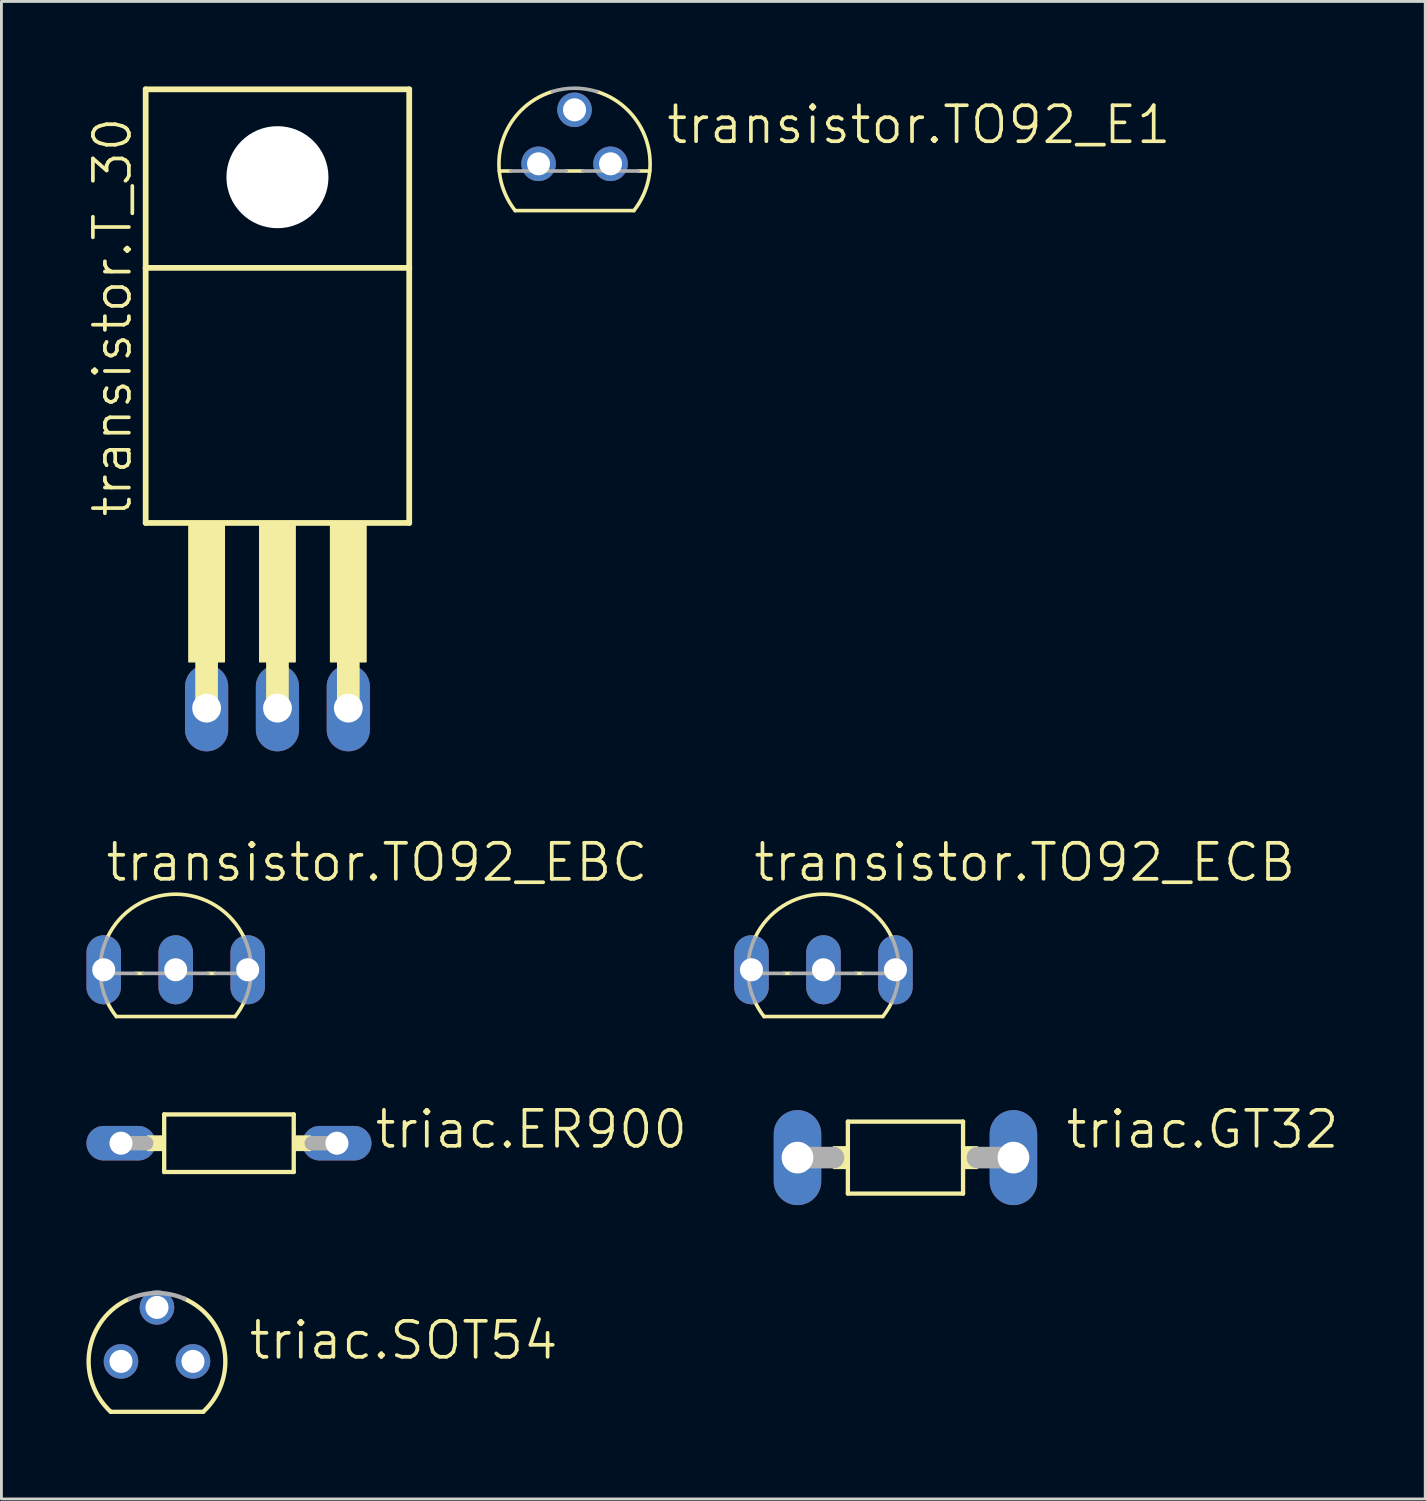
<source format=kicad_pcb>
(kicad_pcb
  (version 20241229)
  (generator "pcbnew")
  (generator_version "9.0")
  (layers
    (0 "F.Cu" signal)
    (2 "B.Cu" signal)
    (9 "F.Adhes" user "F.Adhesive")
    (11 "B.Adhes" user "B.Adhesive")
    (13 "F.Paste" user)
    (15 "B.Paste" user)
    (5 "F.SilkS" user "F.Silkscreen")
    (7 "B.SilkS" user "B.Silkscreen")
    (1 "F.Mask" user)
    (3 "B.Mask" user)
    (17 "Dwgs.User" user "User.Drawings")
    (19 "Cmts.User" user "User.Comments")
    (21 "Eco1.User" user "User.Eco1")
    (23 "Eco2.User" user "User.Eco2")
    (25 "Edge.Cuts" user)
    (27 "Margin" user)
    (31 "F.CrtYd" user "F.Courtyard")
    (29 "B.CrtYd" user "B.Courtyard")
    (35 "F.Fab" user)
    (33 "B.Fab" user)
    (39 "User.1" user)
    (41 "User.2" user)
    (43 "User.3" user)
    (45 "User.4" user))
  (footprint "triac.GT32"
    (layer "F.Cu")
    (at 28.9 37.797)
    (property "Reference" "triac.GT32" (at 5.588 -0.254 0) (layer "F.SilkS") (effects (font (size 1.27 1.27) (thickness 0.13)) (justify left bottom)))
    (attr through_hole)
    (fp_line (start -2.032 -1.27) (end -2.032 1.27) (stroke (width 0.152) (type default)) (layer "F.SilkS"))
    (fp_line (start -2.032 -1.27) (end 2.032 -1.27) (stroke (width 0.152) (type default)) (layer "F.SilkS"))
    (fp_line (start 2.032 1.27) (end -2.032 1.27) (stroke (width 0.152) (type default)) (layer "F.SilkS"))
    (fp_line (start 2.032 1.27) (end 2.032 -1.27) (stroke (width 0.152) (type default)) (layer "F.SilkS"))
    (fp_rect (start -2.54 0.381) (end -2.032 -0.381) (stroke (width 0.05) (type default)) (fill yes) (layer "F.SilkS"))
    (fp_rect (start 2.032 0.381) (end 2.54 -0.381) (stroke (width 0.05) (type default)) (fill yes) (layer "F.SilkS"))
    (fp_line (start -3.81 0) (end -2.54 0) (stroke (width 0.762) (type default)) (layer "F.Fab"))
    (fp_line (start 3.81 0) (end 2.54 0) (stroke (width 0.762) (type default)) (layer "F.Fab"))
    (pad "1" thru_hole oval (at -3.81 0 90) (size 3.353 1.676) (drill 1.118) (layers "*.Cu" "*.Mask"))
    (pad "2" thru_hole oval (at 3.81 0 90) (size 3.353 1.676) (drill 1.118) (layers "*.Cu" "*.Mask")))
  (footprint "triac.SOT54"
    (layer "F.Cu")
    (at 2.489 44.988)
    (property "Reference" "triac.SOT54" (at 3.175 0 0) (layer "F.SilkS") (effects (font (size 1.27 1.27) (thickness 0.13)) (justify left bottom)))
    (attr through_hole)
    (fp_line (start -1.631 1.778) (end 1.631 1.778) (stroke (width 0.152) (type default)) (layer "F.SilkS"))
    (fp_arc (start -1.631 1.778) (mid -2.380096 -0.395238) (end -0.9689 -2.2098) (stroke (width 0.1524) (type default)) (layer "F.SilkS"))
    (fp_arc (start 0.9689 -2.2098) (mid 2.380096 -0.395238) (end 1.631 1.778) (stroke (width 0.1524) (type default)) (layer "F.SilkS"))
    (fp_arc (start -0.9692 -2.2098) (mid 0 -2.412999) (end 0.9692 -2.2098) (stroke (width 0.1524) (type default)) (layer "F.Fab"))
    (pad "A" thru_hole circle (at -1.27 0) (size 1.219 1.219) (drill 0.813) (layers "*.Cu" "*.Mask"))
    (pad "C" thru_hole circle (at 1.27 0) (size 1.219 1.219) (drill 0.813) (layers "*.Cu" "*.Mask"))
    (pad "G" thru_hole circle (at 0 -1.905) (size 1.219 1.219) (drill 0.813) (layers "*.Cu" "*.Mask")))
  (footprint "triac.ER900"
    (layer "F.Cu")
    (at 5.029 37.289)
    (property "Reference" "triac.ER900" (at 5.08 0.254 0) (layer "F.SilkS") (effects (font (size 1.27 1.27) (thickness 0.13)) (justify left bottom)))
    (attr through_hole)
    (fp_line (start -2.286 -1.016) (end -2.286 1.016) (stroke (width 0.152) (type default)) (layer "F.SilkS"))
    (fp_line (start -2.286 1.016) (end 2.286 1.016) (stroke (width 0.152) (type default)) (layer "F.SilkS"))
    (fp_line (start 2.286 -1.016) (end -2.286 -1.016) (stroke (width 0.152) (type default)) (layer "F.SilkS"))
    (fp_line (start 2.286 1.016) (end 2.286 -1.016) (stroke (width 0.152) (type default)) (layer "F.SilkS"))
    (fp_rect (start -2.87 0.254) (end -2.286 -0.254) (stroke (width 0.05) (type default)) (fill yes) (layer "F.SilkS"))
    (fp_rect (start 2.286 0.254) (end 2.87 -0.254) (stroke (width 0.05) (type default)) (fill yes) (layer "F.SilkS"))
    (fp_line (start -3.81 0) (end -2.921 0) (stroke (width 0.508) (type default)) (layer "F.Fab"))
    (fp_line (start 3.81 0) (end 2.921 0) (stroke (width 0.508) (type default)) (layer "F.Fab"))
    (pad "1" thru_hole oval (at -3.81 0) (size 2.438 1.219) (drill 0.813) (layers "*.Cu" "*.Mask"))
    (pad "2" thru_hole oval (at 3.81 0) (size 2.438 1.219) (drill 0.813) (layers "*.Cu" "*.Mask")))
  (footprint "transistor.TO92_E1"
    (layer "F.Cu")
    (at 17.223 2.73)
    (property "Reference" "transistor.TO92_E1" (at 3.175 -0.635 0) (layer "F.SilkS") (effects (font (size 1.27 1.27) (thickness 0.13)) (justify left bottom)))
    (attr through_hole)
    (fp_line (start -2.655 0.254) (end -2.254 0.254) (stroke (width 0.127) (type default)) (layer "F.SilkS"))
    (fp_line (start -2.095 1.651) (end 2.095 1.651) (stroke (width 0.127) (type default)) (layer "F.SilkS"))
    (fp_line (start -0.286 0.254) (end 0.286 0.254) (stroke (width 0.127) (type default)) (layer "F.SilkS"))
    (fp_line (start 2.254 0.254) (end 2.655 0.254) (stroke (width 0.127) (type default)) (layer "F.SilkS"))
    (fp_arc (start -2.095 1.651) (mid -2.546802 -0.79317) (end -0.7869 -2.5484) (stroke (width 0.127) (type default)) (layer "F.SilkS"))
    (fp_arc (start 0.7869 -2.5484) (mid 2.546802 -0.79317) (end 2.095 1.651) (stroke (width 0.127) (type default)) (layer "F.SilkS"))
    (fp_line (start -2.254 0.254) (end -0.286 0.254) (stroke (width 0.127) (type default)) (layer "F.Fab"))
    (fp_line (start 0.286 0.254) (end 2.254 0.254) (stroke (width 0.127) (type default)) (layer "F.Fab"))
    (fp_arc (start -0.7864 -2.5484) (mid 0 -2.666977) (end 0.7864 -2.5484) (stroke (width 0.127) (type default)) (layer "F.Fab"))
    (pad "1" thru_hole circle (at -1.27 0) (size 1.219 1.219) (drill 0.813) (layers "*.Cu" "*.Mask"))
    (pad "2" thru_hole circle (at 0 -1.905) (size 1.219 1.219) (drill 0.813) (layers "*.Cu" "*.Mask"))
    (pad "3" thru_hole circle (at 1.27 0) (size 1.219 1.219) (drill 0.813) (layers "*.Cu" "*.Mask")))
  (footprint "transistor.TO92_EBC"
    (layer "F.Cu")
    (at 3.15 29.899)
    (property "Reference" "transistor.TO92_EBC" (at -2.54 -1.778 0) (layer "F.SilkS") (effects (font (size 1.27 1.27) (thickness 0.13)) (justify left bottom)))
    (attr through_hole)
    (fp_line (start -2.095 2.921) (end 2.095 2.921) (stroke (width 0.127) (type default)) (layer "F.SilkS"))
    (fp_line (start -1.136 1.397) (end -1.404 1.397) (stroke (width 0.127) (type default)) (layer "F.SilkS"))
    (fp_line (start 1.404 1.397) (end 1.136 1.397) (stroke (width 0.127) (type default)) (layer "F.SilkS"))
    (fp_arc (start -2.413 0.1341) (mid 0 -1.396985) (end 2.413 0.1341) (stroke (width 0.127) (type default)) (layer "F.SilkS"))
    (fp_arc (start -2.095 2.921) (mid -2.268918 2.67252) (end -2.4135 2.4059) (stroke (width 0.127) (type default)) (layer "F.SilkS"))
    (fp_arc (start 2.4247 2.3818) (mid 2.275878 2.661201) (end 2.095 2.921) (stroke (width 0.127) (type default)) (layer "F.SilkS"))
    (fp_line (start -1.404 1.397) (end -2.664 1.397) (stroke (width 0.127) (type default)) (layer "F.Fab"))
    (fp_line (start 1.136 1.397) (end -1.136 1.397) (stroke (width 0.127) (type default)) (layer "F.Fab"))
    (fp_line (start 2.664 1.397) (end 1.404 1.397) (stroke (width 0.127) (type default)) (layer "F.Fab"))
    (fp_arc (start -2.664 1.397) (mid -2.615858 0.750175) (end -2.413 0.1341) (stroke (width 0.127) (type default)) (layer "F.Fab"))
    (fp_arc (start -2.413 2.4059) (mid -2.588137 1.913799) (end -2.664 1.397) (stroke (width 0.127) (type default)) (layer "F.Fab"))
    (fp_arc (start 2.413 0.1341) (mid 2.615858 0.750175) (end 2.664 1.397) (stroke (width 0.127) (type default)) (layer "F.Fab"))
    (fp_arc (start 2.664 1.397) (mid 2.588137 1.913799) (end 2.413 2.4059) (stroke (width 0.127) (type default)) (layer "F.Fab"))
    (pad "B" thru_hole oval (at 0 1.27 90) (size 2.438 1.219) (drill 0.813) (layers "*.Cu" "*.Mask"))
    (pad "C" thru_hole oval (at 2.54 1.27 90) (size 2.438 1.219) (drill 0.813) (layers "*.Cu" "*.Mask"))
    (pad "E" thru_hole oval (at -2.54 1.27 90) (size 2.438 1.219) (drill 0.813) (layers "*.Cu" "*.Mask")))
  (footprint "transistor.TO92_ECB"
    (layer "F.Cu")
    (at 26.006 31.169)
    (property "Reference" "transistor.TO92_ECB" (at -2.54 -3.048 0) (layer "F.SilkS") (effects (font (size 1.27 1.27) (thickness 0.13)) (justify left bottom)))
    (attr through_hole)
    (fp_line (start -2.095 1.651) (end 2.095 1.651) (stroke (width 0.127) (type default)) (layer "F.SilkS"))
    (fp_line (start -1.136 0.127) (end -1.404 0.127) (stroke (width 0.127) (type default)) (layer "F.SilkS"))
    (fp_line (start 1.404 0.127) (end 1.136 0.127) (stroke (width 0.127) (type default)) (layer "F.SilkS"))
    (fp_arc (start -2.413 -1.1359) (mid 0 -2.666985) (end 2.413 -1.1359) (stroke (width 0.127) (type default)) (layer "F.SilkS"))
    (fp_arc (start -2.095 1.651) (mid -2.268918 1.40252) (end -2.4135 1.1359) (stroke (width 0.127) (type default)) (layer "F.SilkS"))
    (fp_arc (start 2.4247 1.1118) (mid 2.275878 1.391201) (end 2.095 1.651) (stroke (width 0.127) (type default)) (layer "F.SilkS"))
    (fp_line (start -1.404 0.127) (end -2.664 0.127) (stroke (width 0.127) (type default)) (layer "F.Fab"))
    (fp_line (start 1.136 0.127) (end -1.136 0.127) (stroke (width 0.127) (type default)) (layer "F.Fab"))
    (fp_line (start 2.664 0.127) (end 1.404 0.127) (stroke (width 0.127) (type default)) (layer "F.Fab"))
    (fp_arc (start -2.664 0.127) (mid -2.615866 -0.519827) (end -2.413 -1.1359) (stroke (width 0.127) (type default)) (layer "F.Fab"))
    (fp_arc (start -2.413 1.1359) (mid -2.588137 0.643799) (end -2.664 0.127) (stroke (width 0.127) (type default)) (layer "F.Fab"))
    (fp_arc (start 2.413 -1.1359) (mid 2.615846 -0.519822) (end 2.664 0.127) (stroke (width 0.127) (type default)) (layer "F.Fab"))
    (fp_arc (start 2.664 0.127) (mid 2.588137 0.643799) (end 2.413 1.1359) (stroke (width 0.127) (type default)) (layer "F.Fab"))
    (pad "B" thru_hole oval (at 2.54 0 90) (size 2.438 1.219) (drill 0.813) (layers "*.Cu" "*.Mask"))
    (pad "C" thru_hole oval (at 0 0 90) (size 2.438 1.219) (drill 0.813) (layers "*.Cu" "*.Mask"))
    (pad "E" thru_hole oval (at -2.54 0 90) (size 2.438 1.219) (drill 0.813) (layers "*.Cu" "*.Mask")))
  (footprint "transistor.T_30"
    (layer "F.Cu")
    (at 6.74 3.202)
    (property "Reference" "transistor.T_30" (at -5.08 12.065 90) (layer "F.SilkS") (effects (font (size 1.27 1.27) (thickness 0.13)) (justify left bottom)))
    (attr through_hole)
    (fp_line (start -4.65 -3.1) (end 4.65 -3.1) (stroke (width 0.203) (type default)) (layer "F.SilkS"))
    (fp_line (start -4.65 3.2) (end -4.65 -3.1) (stroke (width 0.203) (type default)) (layer "F.SilkS"))
    (fp_line (start -4.65 12.2) (end -4.65 3.2) (stroke (width 0.203) (type default)) (layer "F.SilkS"))
    (fp_line (start -2.5 16.905) (end -2.5 18.73) (stroke (width 0.8) (type default)) (layer "F.SilkS"))
    (fp_line (start 0 16.905) (end 0 18.73) (stroke (width 0.8) (type default)) (layer "F.SilkS"))
    (fp_line (start 2.5 16.905) (end 2.5 18.73) (stroke (width 0.8) (type default)) (layer "F.SilkS"))
    (fp_line (start 4.65 -3.1) (end 4.65 3.2) (stroke (width 0.203) (type default)) (layer "F.SilkS"))
    (fp_line (start 4.65 3.2) (end -4.65 3.2) (stroke (width 0.203) (type default)) (layer "F.SilkS"))
    (fp_line (start 4.65 3.2) (end 4.65 12.2) (stroke (width 0.203) (type default)) (layer "F.SilkS"))
    (fp_line (start 4.65 12.2) (end -4.65 12.2) (stroke (width 0.203) (type default)) (layer "F.SilkS"))
    (fp_rect (start -3.125 17.1) (end -1.875 12.275) (stroke (width 0.05) (type default)) (fill yes) (layer "F.SilkS"))
    (fp_rect (start -0.625 17.1) (end 0.625 12.275) (stroke (width 0.05) (type default)) (fill yes) (layer "F.SilkS"))
    (fp_rect (start 1.875 17.1) (end 3.125 12.275) (stroke (width 0.05) (type default)) (fill yes) (layer "F.SilkS"))
    (pad "" np_thru_hole circle (at 0 0) (size 3.6 3.6) (drill 3.6) (layers "*.Cu" "*.Mask"))
    (pad "1" thru_hole oval (at -2.5 18.735 90) (size 3.048 1.524) (drill 1.016) (layers "*.Cu" "*.Mask"))
    (pad "2" thru_hole oval (at 0 18.735 90) (size 3.048 1.524) (drill 1.016) (layers "*.Cu" "*.Mask"))
    (pad "3" thru_hole oval (at 2.5 18.735 90) (size 3.048 1.524) (drill 1.016) (layers "*.Cu" "*.Mask")))
  (gr_rect
    (start -3 -3)
    (end 47.24 49.842)
    (stroke (width 0.1) (type default))
    (fill no)
    (layer "Edge.Cuts")))
</source>
